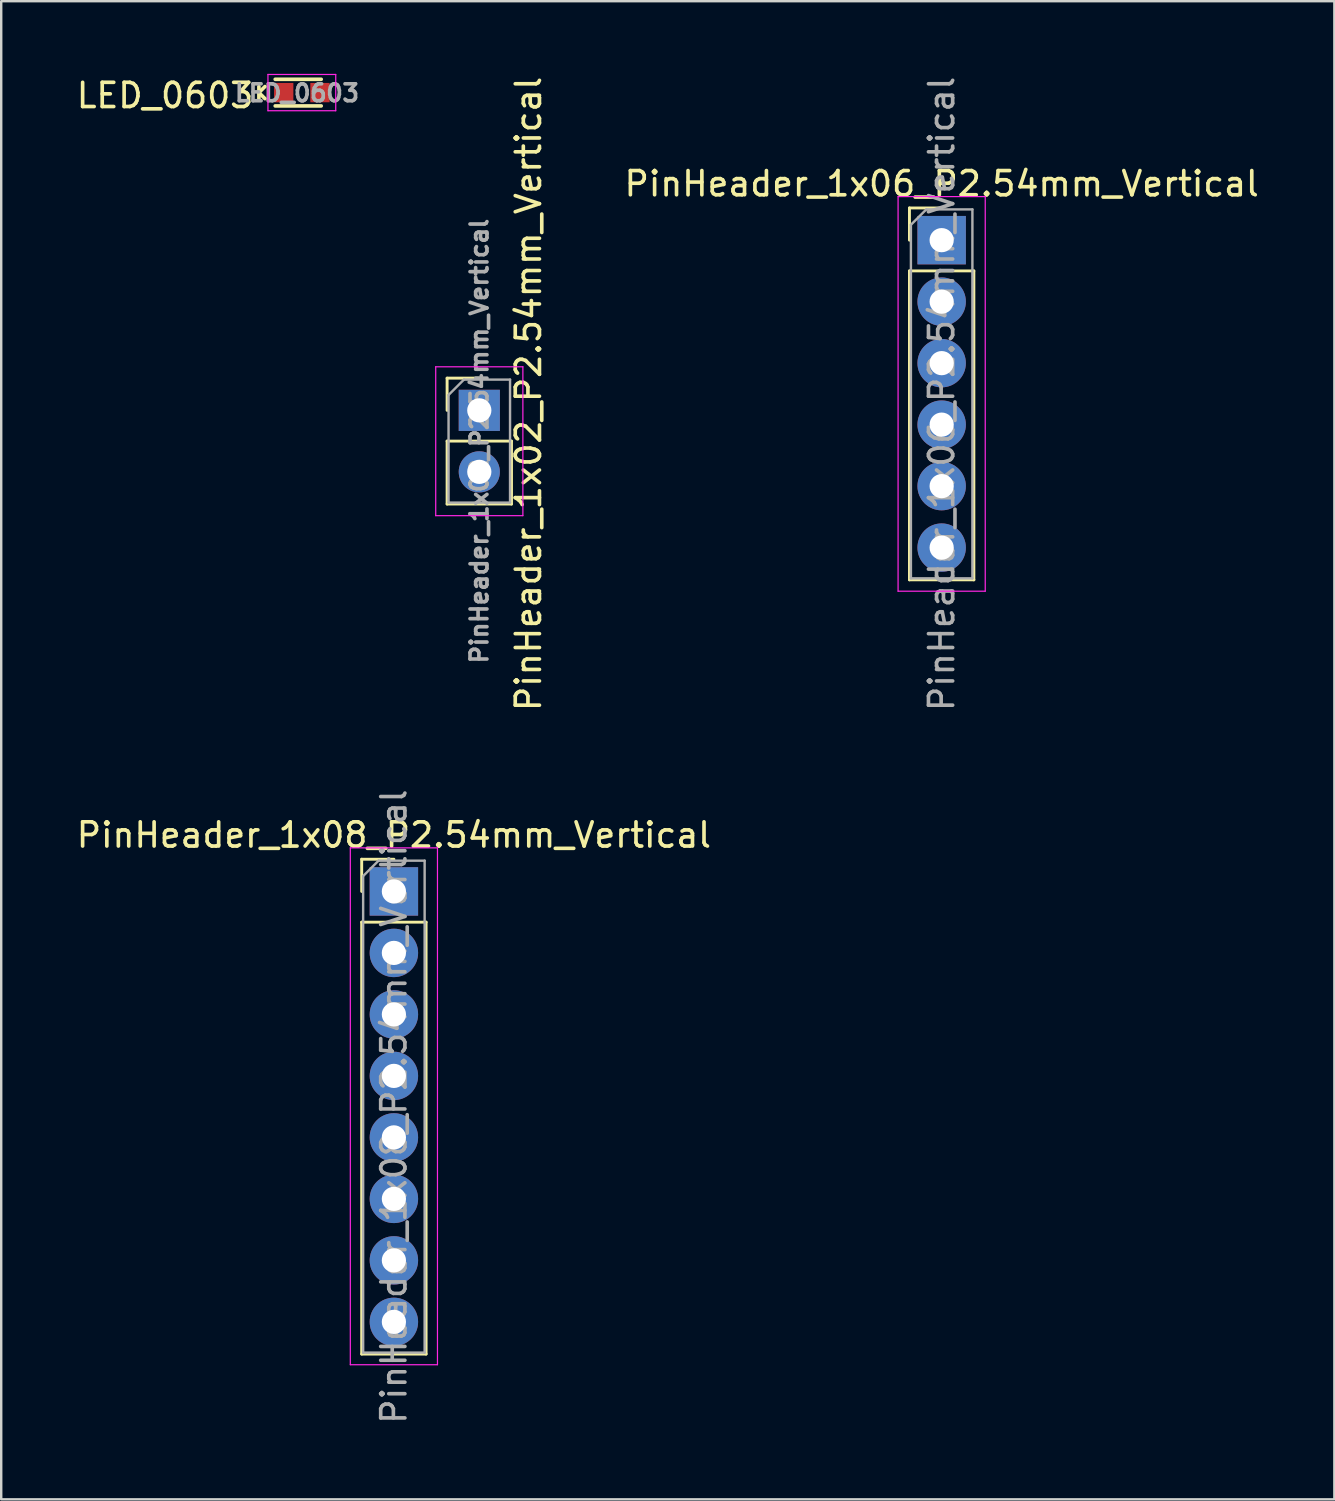
<source format=kicad_pcb>
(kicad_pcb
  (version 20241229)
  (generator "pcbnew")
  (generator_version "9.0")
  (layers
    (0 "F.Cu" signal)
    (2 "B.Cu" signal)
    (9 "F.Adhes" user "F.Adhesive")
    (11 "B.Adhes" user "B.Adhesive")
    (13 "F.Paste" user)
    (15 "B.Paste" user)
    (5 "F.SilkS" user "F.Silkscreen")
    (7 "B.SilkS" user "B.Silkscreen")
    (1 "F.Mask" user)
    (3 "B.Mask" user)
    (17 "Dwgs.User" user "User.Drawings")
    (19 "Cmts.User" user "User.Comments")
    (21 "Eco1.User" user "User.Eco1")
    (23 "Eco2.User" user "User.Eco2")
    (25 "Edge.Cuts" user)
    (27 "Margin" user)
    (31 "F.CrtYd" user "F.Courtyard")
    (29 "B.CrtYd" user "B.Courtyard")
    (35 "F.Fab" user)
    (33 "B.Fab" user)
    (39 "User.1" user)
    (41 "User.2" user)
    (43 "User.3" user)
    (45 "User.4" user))
  (footprint "PinHeader_1x02_P2.54mm_Vertical"
    (layer "F.Cu")
    (at 16.748 13.9)
    (property "Reference" "PinHeader_1x02_P2.54mm_Vertical" (at 2.03 -0.68 90) (layer "F.SilkS") (effects (font (size 1 1) (thickness 0.15))))
    (attr through_hole)
    (fp_line (start -1.33 -1.33) (end 0 -1.33) (stroke (width 0.12) (type solid)) (layer "F.SilkS"))
    (fp_line (start -1.33 0) (end -1.33 -1.33) (stroke (width 0.12) (type solid)) (layer "F.SilkS"))
    (fp_line (start -1.33 1.27) (end -1.33 3.87) (stroke (width 0.12) (type solid)) (layer "F.SilkS"))
    (fp_line (start -1.33 1.27) (end 1.33 1.27) (stroke (width 0.12) (type solid)) (layer "F.SilkS"))
    (fp_line (start -1.33 3.87) (end 1.33 3.87) (stroke (width 0.12) (type solid)) (layer "F.SilkS"))
    (fp_line (start 1.33 1.27) (end 1.33 3.87) (stroke (width 0.12) (type solid)) (layer "F.SilkS"))
    (fp_line (start -1.8 -1.8) (end -1.8 4.35) (stroke (width 0.05) (type solid)) (layer "F.CrtYd"))
    (fp_line (start -1.8 4.35) (end 1.8 4.35) (stroke (width 0.05) (type solid)) (layer "F.CrtYd"))
    (fp_line (start 1.8 -1.8) (end -1.8 -1.8) (stroke (width 0.05) (type solid)) (layer "F.CrtYd"))
    (fp_line (start 1.8 4.35) (end 1.8 -1.8) (stroke (width 0.05) (type solid)) (layer "F.CrtYd"))
    (fp_line (start -1.27 -0.635) (end -0.635 -1.27) (stroke (width 0.1) (type solid)) (layer "F.Fab"))
    (fp_line (start -1.27 3.81) (end -1.27 -0.635) (stroke (width 0.1) (type solid)) (layer "F.Fab"))
    (fp_line (start -0.635 -1.27) (end 1.27 -1.27) (stroke (width 0.1) (type solid)) (layer "F.Fab"))
    (fp_line (start 1.27 -1.27) (end 1.27 3.81) (stroke (width 0.1) (type solid)) (layer "F.Fab"))
    (fp_line (start 1.27 3.81) (end -1.27 3.81) (stroke (width 0.1) (type solid)) (layer "F.Fab"))
    (fp_text user "${REFERENCE}" (at 0 1.27 90) (layer "F.Fab") (effects (font (size 0.7 0.7) (thickness 0.15))))
    (pad "1" thru_hole rect (at 0 0) (size 1.7 1.7) (drill 1) (layers "*.Cu" "*.Mask"))
    (pad "2" thru_hole oval (at 0 2.54) (size 1.7 1.7) (drill 1) (layers "*.Cu" "*.Mask")))
  (footprint "LED_0603"
    (layer "F.Cu")
    (at 9.418 0.775)
    (property "Reference" "LED_0603" (at -5.65 0.12 0) (layer "F.SilkS") (effects (font (size 1 1) (thickness 0.15))))
    (attr smd)
    (fp_line (start -1.774 -0.25) (end -1.774 0.25) (stroke (width 0.15) (type solid)) (layer "F.SilkS"))
    (fp_line (start -1.774 0) (end -1.524 -0.25) (stroke (width 0.15) (type solid)) (layer "F.SilkS"))
    (fp_line (start -1.524 0.25) (end -1.774 0) (stroke (width 0.15) (type solid)) (layer "F.SilkS"))
    (fp_line (start -1.1 -0.55) (end 0.8 -0.55) (stroke (width 0.15) (type solid)) (layer "F.SilkS"))
    (fp_line (start -1.1 0.55) (end 0.8 0.55) (stroke (width 0.15) (type solid)) (layer "F.SilkS"))
    (fp_line (start -1.4 -0.75) (end 1.4 -0.75) (stroke (width 0.05) (type solid)) (layer "F.CrtYd"))
    (fp_line (start -1.4 0.75) (end -1.4 -0.75) (stroke (width 0.05) (type solid)) (layer "F.CrtYd"))
    (fp_line (start 1.4 -0.75) (end 1.4 0.75) (stroke (width 0.05) (type solid)) (layer "F.CrtYd"))
    (fp_line (start 1.4 0.75) (end -1.4 0.75) (stroke (width 0.05) (type solid)) (layer "F.CrtYd"))
    (fp_text user "${REFERENCE}" (at -0.2 0.02 0) (layer "F.Fab") (effects (font (size 0.7 0.7) (thickness 0.15))))
    (pad "1" smd rect (at -0.749 0 180) (size 0.798 0.798) (layers "F.Cu" "F.Mask" "F.Paste"))
    (pad "2" smd rect (at 0.749 0 180) (size 0.798 0.798) (layers "F.Cu" "F.Mask" "F.Paste")))
  (footprint "PinHeader_1x08_P2.54mm_Vertical"
    (layer "F.Cu")
    (at 13.22 33.771)
    (property "Reference" "PinHeader_1x08_P2.54mm_Vertical" (at 0 -2.33 0) (layer "F.SilkS") (effects (font (size 1 1) (thickness 0.15))))
    (attr through_hole)
    (fp_line (start -1.33 -1.33) (end 0 -1.33) (stroke (width 0.12) (type solid)) (layer "F.SilkS"))
    (fp_line (start -1.33 0) (end -1.33 -1.33) (stroke (width 0.12) (type solid)) (layer "F.SilkS"))
    (fp_line (start -1.33 1.27) (end -1.33 19.11) (stroke (width 0.12) (type solid)) (layer "F.SilkS"))
    (fp_line (start -1.33 1.27) (end 1.33 1.27) (stroke (width 0.12) (type solid)) (layer "F.SilkS"))
    (fp_line (start -1.33 19.11) (end 1.33 19.11) (stroke (width 0.12) (type solid)) (layer "F.SilkS"))
    (fp_line (start 1.33 1.27) (end 1.33 19.11) (stroke (width 0.12) (type solid)) (layer "F.SilkS"))
    (fp_line (start -1.8 -1.8) (end -1.8 19.55) (stroke (width 0.05) (type solid)) (layer "F.CrtYd"))
    (fp_line (start -1.8 19.55) (end 1.8 19.55) (stroke (width 0.05) (type solid)) (layer "F.CrtYd"))
    (fp_line (start 1.8 -1.8) (end -1.8 -1.8) (stroke (width 0.05) (type solid)) (layer "F.CrtYd"))
    (fp_line (start 1.8 19.55) (end 1.8 -1.8) (stroke (width 0.05) (type solid)) (layer "F.CrtYd"))
    (fp_line (start -1.27 -0.635) (end -0.635 -1.27) (stroke (width 0.1) (type solid)) (layer "F.Fab"))
    (fp_line (start -1.27 19.05) (end -1.27 -0.635) (stroke (width 0.1) (type solid)) (layer "F.Fab"))
    (fp_line (start -0.635 -1.27) (end 1.27 -1.27) (stroke (width 0.1) (type solid)) (layer "F.Fab"))
    (fp_line (start 1.27 -1.27) (end 1.27 19.05) (stroke (width 0.1) (type solid)) (layer "F.Fab"))
    (fp_line (start 1.27 19.05) (end -1.27 19.05) (stroke (width 0.1) (type solid)) (layer "F.Fab"))
    (fp_text user "${REFERENCE}" (at 0 8.89 90) (layer "F.Fab") (effects (font (size 1 1) (thickness 0.15))))
    (pad "1" thru_hole rect (at 0 0) (size 2 2) (drill 1) (layers "*.Cu" "*.Mask"))
    (pad "2" thru_hole oval (at 0 2.54) (size 2 2) (drill 1) (layers "*.Cu" "*.Mask"))
    (pad "3" thru_hole oval (at 0 5.08) (size 2 2) (drill 1) (layers "*.Cu" "*.Mask"))
    (pad "4" thru_hole oval (at 0 7.62) (size 2 2) (drill 1) (layers "*.Cu" "*.Mask"))
    (pad "5" thru_hole oval (at 0 10.16) (size 2 2) (drill 1) (layers "*.Cu" "*.Mask"))
    (pad "6" thru_hole oval (at 0 12.7) (size 2 2) (drill 1) (layers "*.Cu" "*.Mask"))
    (pad "7" thru_hole oval (at 0 15.24) (size 2 2) (drill 1) (layers "*.Cu" "*.Mask"))
    (pad "8" thru_hole oval (at 0 17.78) (size 2 2) (drill 1) (layers "*.Cu" "*.Mask")))
  (footprint "PinHeader_1x06_P2.54mm_Vertical"
    (layer "F.Cu")
    (at 35.846 6.87)
    (property "Reference" "PinHeader_1x06_P2.54mm_Vertical" (at 0 -2.33 0) (layer "F.SilkS") (effects (font (size 1 1) (thickness 0.15))))
    (attr through_hole)
    (fp_line (start -1.33 -1.33) (end 0 -1.33) (stroke (width 0.12) (type solid)) (layer "F.SilkS"))
    (fp_line (start -1.33 0) (end -1.33 -1.33) (stroke (width 0.12) (type solid)) (layer "F.SilkS"))
    (fp_line (start -1.33 1.27) (end -1.33 14.03) (stroke (width 0.12) (type solid)) (layer "F.SilkS"))
    (fp_line (start -1.33 1.27) (end 1.33 1.27) (stroke (width 0.12) (type solid)) (layer "F.SilkS"))
    (fp_line (start -1.33 14.03) (end 1.33 14.03) (stroke (width 0.12) (type solid)) (layer "F.SilkS"))
    (fp_line (start 1.33 1.27) (end 1.33 14.03) (stroke (width 0.12) (type solid)) (layer "F.SilkS"))
    (fp_line (start -1.8 -1.8) (end -1.8 14.5) (stroke (width 0.05) (type solid)) (layer "F.CrtYd"))
    (fp_line (start -1.8 14.5) (end 1.8 14.5) (stroke (width 0.05) (type solid)) (layer "F.CrtYd"))
    (fp_line (start 1.8 -1.8) (end -1.8 -1.8) (stroke (width 0.05) (type solid)) (layer "F.CrtYd"))
    (fp_line (start 1.8 14.5) (end 1.8 -1.8) (stroke (width 0.05) (type solid)) (layer "F.CrtYd"))
    (fp_line (start -1.27 -0.635) (end -0.635 -1.27) (stroke (width 0.1) (type solid)) (layer "F.Fab"))
    (fp_line (start -1.27 13.97) (end -1.27 -0.635) (stroke (width 0.1) (type solid)) (layer "F.Fab"))
    (fp_line (start -0.635 -1.27) (end 1.27 -1.27) (stroke (width 0.1) (type solid)) (layer "F.Fab"))
    (fp_line (start 1.27 -1.27) (end 1.27 13.97) (stroke (width 0.1) (type solid)) (layer "F.Fab"))
    (fp_line (start 1.27 13.97) (end -1.27 13.97) (stroke (width 0.1) (type solid)) (layer "F.Fab"))
    (fp_text user "${REFERENCE}" (at 0 6.35 90) (layer "F.Fab") (effects (font (size 1 1) (thickness 0.15))))
    (pad "1" thru_hole rect (at 0 0) (size 2 2) (drill 1) (layers "*.Cu" "*.Mask"))
    (pad "2" thru_hole oval (at 0 2.54) (size 2 2) (drill 1) (layers "*.Cu" "*.Mask"))
    (pad "3" thru_hole oval (at 0 5.08) (size 2 2) (drill 1) (layers "*.Cu" "*.Mask"))
    (pad "4" thru_hole oval (at 0 7.62) (size 2 2) (drill 1) (layers "*.Cu" "*.Mask"))
    (pad "5" thru_hole oval (at 0 10.16) (size 2 2) (drill 1) (layers "*.Cu" "*.Mask"))
    (pad "6" thru_hole oval (at 0 12.7) (size 2 2) (drill 1) (layers "*.Cu" "*.Mask")))
  (gr_rect
    (start -3 -3)
    (end 52.067 58.881)
    (stroke (width 0.1) (type default))
    (fill no)
    (layer "Edge.Cuts")))
</source>
